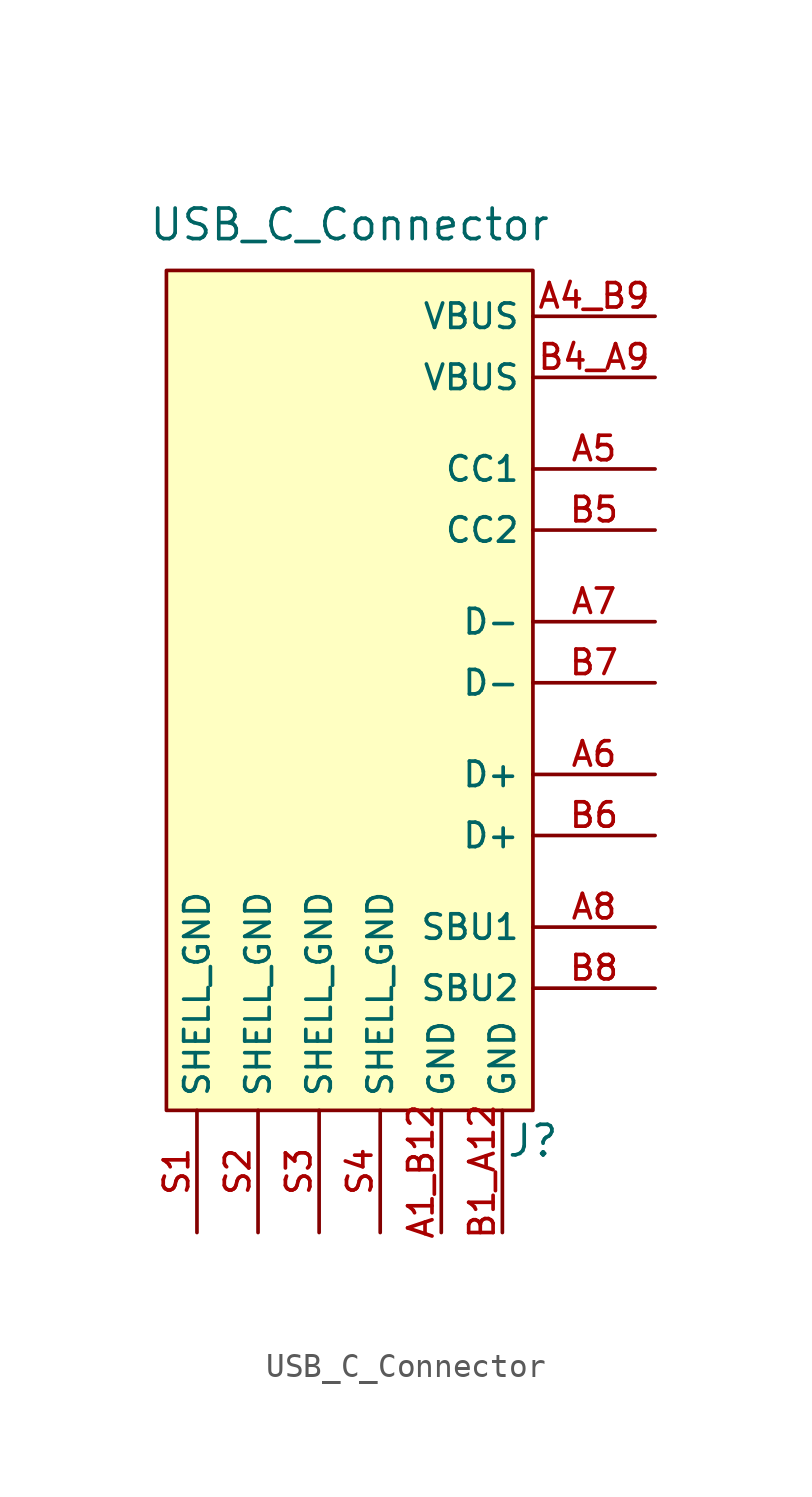
<source format=kicad_sym>
(kicad_symbol_lib
  (version 20211014)
  (generator kicad_symbol_editor)
  (symbol "USB_C_Connector"
    (property "Reference" "J"
      (at 7.62 -19.05 0)
      (effects (font (size 1.27 1.27))))
    (property "Value" "USB_C_Connector"
      (at 0 19.05 0)
      (effects (font (size 1.27 1.27))))
    (symbol "USB_C_Connector_0_0"
      (pin power_in line (at 3.81 -22.86 90) (length 5.08) (name "GND" (effects (font (size 1.016 1.016)))) (number "A1_B12" (effects (font (size 1.016 1.016)))))
      (pin power_in line (at 12.7 15.24 180) (length 5.08) (name "VBUS" (effects (font (size 1.016 1.016)))) (number "A4_B9" (effects (font (size 1.016 1.016)))))
      (pin bidirectional line (at 12.7 8.89 180) (length 5.08) (name "CC1" (effects (font (size 1.016 1.016)))) (number "A5" (effects (font (size 1.016 1.016)))))
      (pin bidirectional line (at 12.7 -3.81 180) (length 5.08) (name "D+" (effects (font (size 1.016 1.016)))) (number "A6" (effects (font (size 1.016 1.016)))))
      (pin bidirectional line (at 12.7 2.54 180) (length 5.08) (name "D-" (effects (font (size 1.016 1.016)))) (number "A7" (effects (font (size 1.016 1.016)))))
      (pin bidirectional line (at 12.7 -10.16 180) (length 5.08) (name "SBU1" (effects (font (size 1.016 1.016)))) (number "A8" (effects (font (size 1.016 1.016)))))
      (pin power_in line (at 6.35 -22.86 90) (length 5.08) (name "GND" (effects (font (size 1.016 1.016)))) (number "B1_A12" (effects (font (size 1.016 1.016)))))
      (pin power_in line (at 12.7 12.7 180) (length 5.08) (name "VBUS" (effects (font (size 1.016 1.016)))) (number "B4_A9" (effects (font (size 1.016 1.016)))))
      (pin bidirectional line (at 12.7 6.35 180) (length 5.08) (name "CC2" (effects (font (size 1.016 1.016)))) (number "B5" (effects (font (size 1.016 1.016)))))
      (pin bidirectional line (at 12.7 -6.35 180) (length 5.08) (name "D+" (effects (font (size 1.016 1.016)))) (number "B6" (effects (font (size 1.016 1.016)))))
      (pin bidirectional line (at 12.7 0 180) (length 5.08) (name "D-" (effects (font (size 1.016 1.016)))) (number "B7" (effects (font (size 1.016 1.016)))))
      (pin bidirectional line (at 12.7 -12.7 180) (length 5.08) (name "SBU2" (effects (font (size 1.016 1.016)))) (number "B8" (effects (font (size 1.016 1.016)))))
      (pin power_in line (at -6.35 -22.86 90) (length 5.08) (name "SHELL_GND" (effects (font (size 1.016 1.016)))) (number "S1" (effects (font (size 1.016 1.016)))))
      (pin power_in line (at -3.81 -22.86 90) (length 5.08) (name "SHELL_GND" (effects (font (size 1.016 1.016)))) (number "S2" (effects (font (size 1.016 1.016)))))
      (pin power_in line (at -1.27 -22.86 90) (length 5.08) (name "SHELL_GND" (effects (font (size 1.016 1.016)))) (number "S3" (effects (font (size 1.016 1.016)))))
      (pin power_in line (at 1.27 -22.86 90) (length 5.08) (name "SHELL_GND" (effects (font (size 1.016 1.016)))) (number "S4" (effects (font (size 1.016 1.016))))))
    (symbol "USB_C_Connector_0_1"
      (rectangle (start -7.62 17.145) (end 7.62 -17.78) (stroke (width 0) (type default) (color 0 0 0 0)) (fill (type background))))))
</source>
